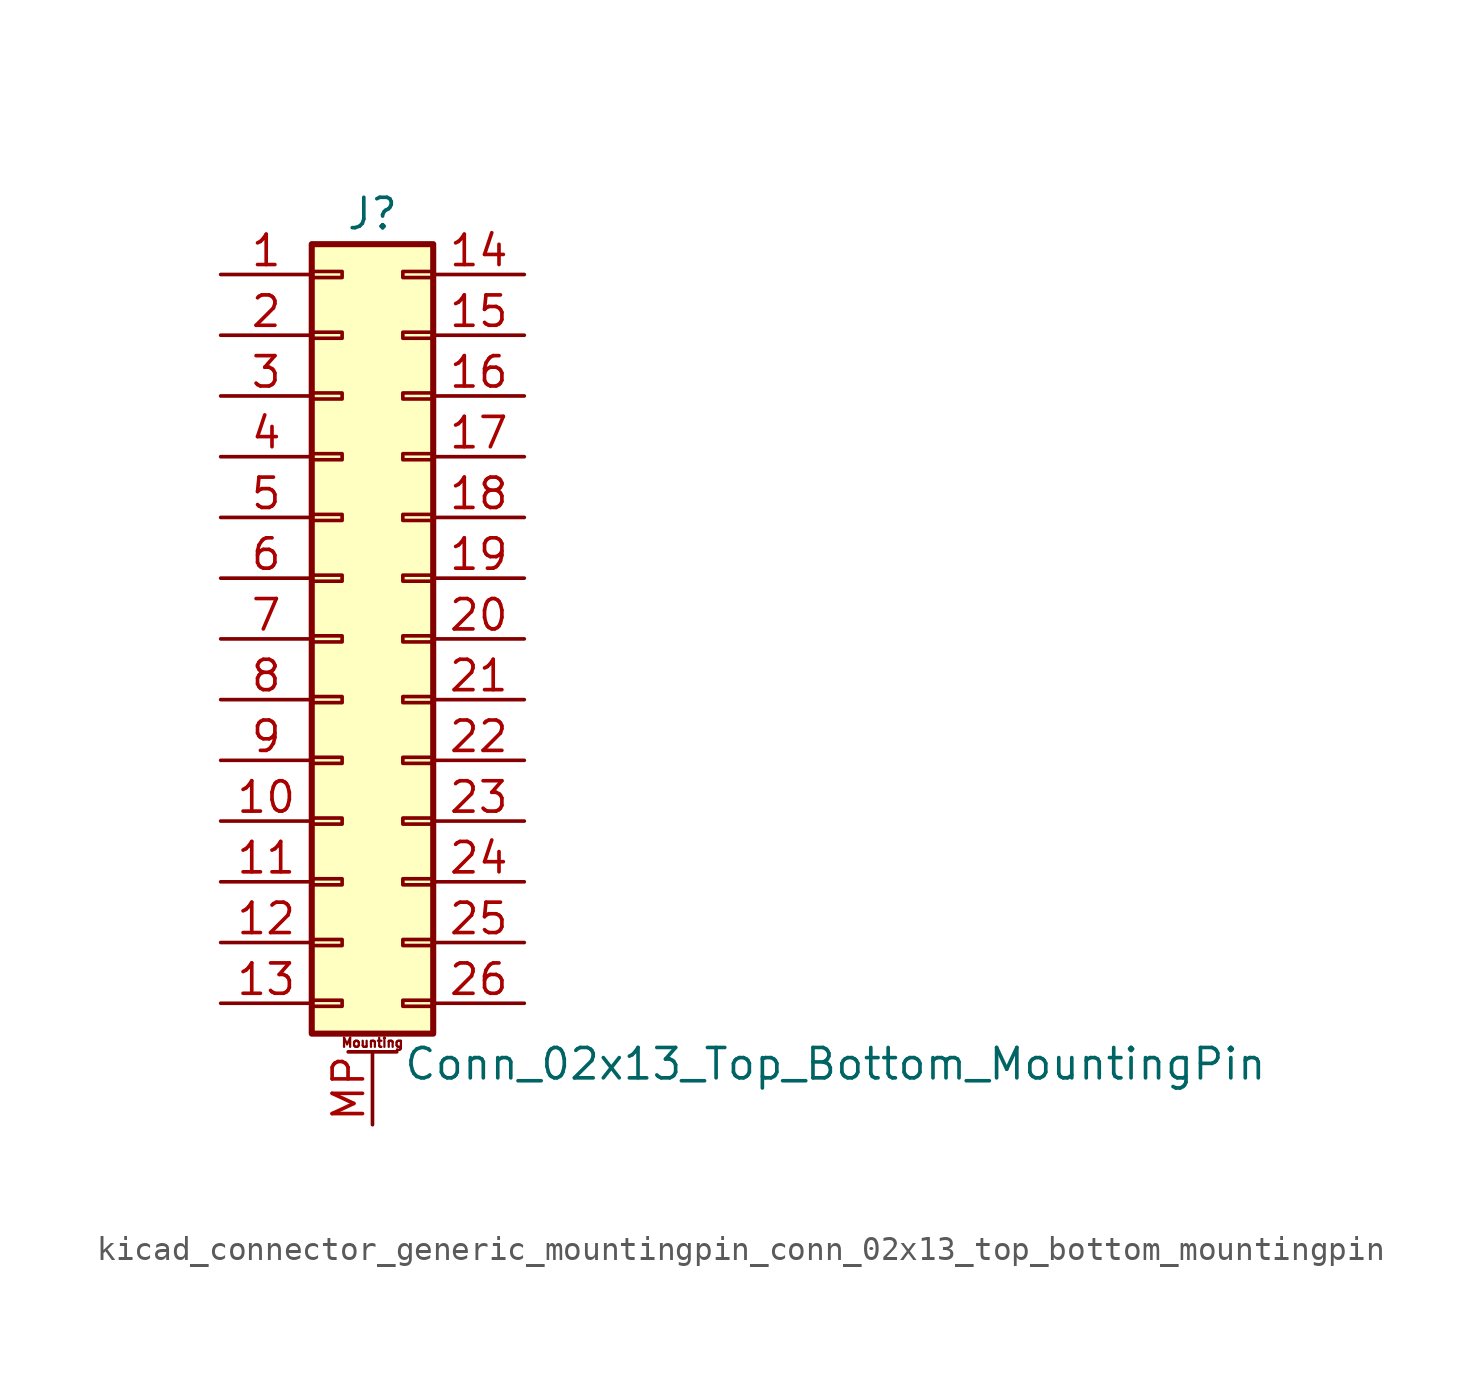
<source format=kicad_sym>
(kicad_symbol_lib
  (version 20220914)
  (generator kicad_symbol_editor)
  (symbol "kicad_connector_generic_mountingpin_conn_02x13_top_bottom_mountingpin"
    (pin_names
      (offset 1.016) hide)
    (property "Reference" "J"
      (at 1.27 17.78 0)
      (effects (font (size 1.27 1.27))))
    (property "Value" "Conn_02x13_Top_Bottom_MountingPin"
      (at 2.54 -17.78 0)
      (effects (font (size 1.27 1.27)) (justify left)))
    (symbol "kicad_connector_generic_mountingpin_conn_02x13_top_bottom_mountingpin_1_1"
      (rectangle (start -1.27 -15.113) (end 0 -15.367) (stroke (width 0.152) (type default)) (fill (type none)))
      (rectangle (start -1.27 -12.573) (end 0 -12.827) (stroke (width 0.152) (type default)) (fill (type none)))
      (rectangle (start -1.27 -10.033) (end 0 -10.287) (stroke (width 0.152) (type default)) (fill (type none)))
      (rectangle (start -1.27 -7.493) (end 0 -7.747) (stroke (width 0.152) (type default)) (fill (type none)))
      (rectangle (start -1.27 -4.953) (end 0 -5.207) (stroke (width 0.152) (type default)) (fill (type none)))
      (rectangle (start -1.27 -2.413) (end 0 -2.667) (stroke (width 0.152) (type default)) (fill (type none)))
      (rectangle (start -1.27 0.127) (end 0 -0.127) (stroke (width 0.152) (type default)) (fill (type none)))
      (rectangle (start -1.27 2.667) (end 0 2.413) (stroke (width 0.152) (type default)) (fill (type none)))
      (rectangle (start -1.27 5.207) (end 0 4.953) (stroke (width 0.152) (type default)) (fill (type none)))
      (rectangle (start -1.27 7.747) (end 0 7.493) (stroke (width 0.152) (type default)) (fill (type none)))
      (rectangle (start -1.27 10.287) (end 0 10.033) (stroke (width 0.152) (type default)) (fill (type none)))
      (rectangle (start -1.27 12.827) (end 0 12.573) (stroke (width 0.152) (type default)) (fill (type none)))
      (rectangle (start -1.27 15.367) (end 0 15.113) (stroke (width 0.152) (type default)) (fill (type none)))
      (rectangle (start -1.27 16.51) (end 3.81 -16.51) (stroke (width 0.254) (type default)) (fill (type background)))
      (polyline (pts (xy 0.254 -17.272) (xy 2.286 -17.272)) (stroke (width 0.152) (type default)) (fill (type none)))
      (rectangle (start 3.81 -15.113) (end 2.54 -15.367) (stroke (width 0.152) (type default)) (fill (type none)))
      (rectangle (start 3.81 -12.573) (end 2.54 -12.827) (stroke (width 0.152) (type default)) (fill (type none)))
      (rectangle (start 3.81 -10.033) (end 2.54 -10.287) (stroke (width 0.152) (type default)) (fill (type none)))
      (rectangle (start 3.81 -7.493) (end 2.54 -7.747) (stroke (width 0.152) (type default)) (fill (type none)))
      (rectangle (start 3.81 -4.953) (end 2.54 -5.207) (stroke (width 0.152) (type default)) (fill (type none)))
      (rectangle (start 3.81 -2.413) (end 2.54 -2.667) (stroke (width 0.152) (type default)) (fill (type none)))
      (rectangle (start 3.81 0.127) (end 2.54 -0.127) (stroke (width 0.152) (type default)) (fill (type none)))
      (rectangle (start 3.81 2.667) (end 2.54 2.413) (stroke (width 0.152) (type default)) (fill (type none)))
      (rectangle (start 3.81 5.207) (end 2.54 4.953) (stroke (width 0.152) (type default)) (fill (type none)))
      (rectangle (start 3.81 7.747) (end 2.54 7.493) (stroke (width 0.152) (type default)) (fill (type none)))
      (rectangle (start 3.81 10.287) (end 2.54 10.033) (stroke (width 0.152) (type default)) (fill (type none)))
      (rectangle (start 3.81 12.827) (end 2.54 12.573) (stroke (width 0.152) (type default)) (fill (type none)))
      (rectangle (start 3.81 15.367) (end 2.54 15.113) (stroke (width 0.152) (type default)) (fill (type none)))
      (text "Mounting" (at 1.27 -16.891 0) (effects (font (size 0.381 0.381))))
      (pin passive line (at -5.08 15.24 0) (length 3.81) (name "Pin_1" (effects (font (size 1.27 1.27)))) (number "1" (effects (font (size 1.27 1.27)))))
      (pin passive line (at -5.08 -7.62 0) (length 3.81) (name "Pin_10" (effects (font (size 1.27 1.27)))) (number "10" (effects (font (size 1.27 1.27)))))
      (pin passive line (at -5.08 -10.16 0) (length 3.81) (name "Pin_11" (effects (font (size 1.27 1.27)))) (number "11" (effects (font (size 1.27 1.27)))))
      (pin passive line (at -5.08 -12.7 0) (length 3.81) (name "Pin_12" (effects (font (size 1.27 1.27)))) (number "12" (effects (font (size 1.27 1.27)))))
      (pin passive line (at -5.08 -15.24 0) (length 3.81) (name "Pin_13" (effects (font (size 1.27 1.27)))) (number "13" (effects (font (size 1.27 1.27)))))
      (pin passive line (at 7.62 15.24 180) (length 3.81) (name "Pin_14" (effects (font (size 1.27 1.27)))) (number "14" (effects (font (size 1.27 1.27)))))
      (pin passive line (at 7.62 12.7 180) (length 3.81) (name "Pin_15" (effects (font (size 1.27 1.27)))) (number "15" (effects (font (size 1.27 1.27)))))
      (pin passive line (at 7.62 10.16 180) (length 3.81) (name "Pin_16" (effects (font (size 1.27 1.27)))) (number "16" (effects (font (size 1.27 1.27)))))
      (pin passive line (at 7.62 7.62 180) (length 3.81) (name "Pin_17" (effects (font (size 1.27 1.27)))) (number "17" (effects (font (size 1.27 1.27)))))
      (pin passive line (at 7.62 5.08 180) (length 3.81) (name "Pin_18" (effects (font (size 1.27 1.27)))) (number "18" (effects (font (size 1.27 1.27)))))
      (pin passive line (at 7.62 2.54 180) (length 3.81) (name "Pin_19" (effects (font (size 1.27 1.27)))) (number "19" (effects (font (size 1.27 1.27)))))
      (pin passive line (at -5.08 12.7 0) (length 3.81) (name "Pin_2" (effects (font (size 1.27 1.27)))) (number "2" (effects (font (size 1.27 1.27)))))
      (pin passive line (at 7.62 0 180) (length 3.81) (name "Pin_20" (effects (font (size 1.27 1.27)))) (number "20" (effects (font (size 1.27 1.27)))))
      (pin passive line (at 7.62 -2.54 180) (length 3.81) (name "Pin_21" (effects (font (size 1.27 1.27)))) (number "21" (effects (font (size 1.27 1.27)))))
      (pin passive line (at 7.62 -5.08 180) (length 3.81) (name "Pin_22" (effects (font (size 1.27 1.27)))) (number "22" (effects (font (size 1.27 1.27)))))
      (pin passive line (at 7.62 -7.62 180) (length 3.81) (name "Pin_23" (effects (font (size 1.27 1.27)))) (number "23" (effects (font (size 1.27 1.27)))))
      (pin passive line (at 7.62 -10.16 180) (length 3.81) (name "Pin_24" (effects (font (size 1.27 1.27)))) (number "24" (effects (font (size 1.27 1.27)))))
      (pin passive line (at 7.62 -12.7 180) (length 3.81) (name "Pin_25" (effects (font (size 1.27 1.27)))) (number "25" (effects (font (size 1.27 1.27)))))
      (pin passive line (at 7.62 -15.24 180) (length 3.81) (name "Pin_26" (effects (font (size 1.27 1.27)))) (number "26" (effects (font (size 1.27 1.27)))))
      (pin passive line (at -5.08 10.16 0) (length 3.81) (name "Pin_3" (effects (font (size 1.27 1.27)))) (number "3" (effects (font (size 1.27 1.27)))))
      (pin passive line (at -5.08 7.62 0) (length 3.81) (name "Pin_4" (effects (font (size 1.27 1.27)))) (number "4" (effects (font (size 1.27 1.27)))))
      (pin passive line (at -5.08 5.08 0) (length 3.81) (name "Pin_5" (effects (font (size 1.27 1.27)))) (number "5" (effects (font (size 1.27 1.27)))))
      (pin passive line (at -5.08 2.54 0) (length 3.81) (name "Pin_6" (effects (font (size 1.27 1.27)))) (number "6" (effects (font (size 1.27 1.27)))))
      (pin passive line (at -5.08 0 0) (length 3.81) (name "Pin_7" (effects (font (size 1.27 1.27)))) (number "7" (effects (font (size 1.27 1.27)))))
      (pin passive line (at -5.08 -2.54 0) (length 3.81) (name "Pin_8" (effects (font (size 1.27 1.27)))) (number "8" (effects (font (size 1.27 1.27)))))
      (pin passive line (at -5.08 -5.08 0) (length 3.81) (name "Pin_9" (effects (font (size 1.27 1.27)))) (number "9" (effects (font (size 1.27 1.27)))))
      (pin passive line (at 1.27 -20.32 90) (length 3.048) (name "MountPin" (effects (font (size 1.27 1.27)))) (number "MP" (effects (font (size 1.27 1.27))))))))
</source>
